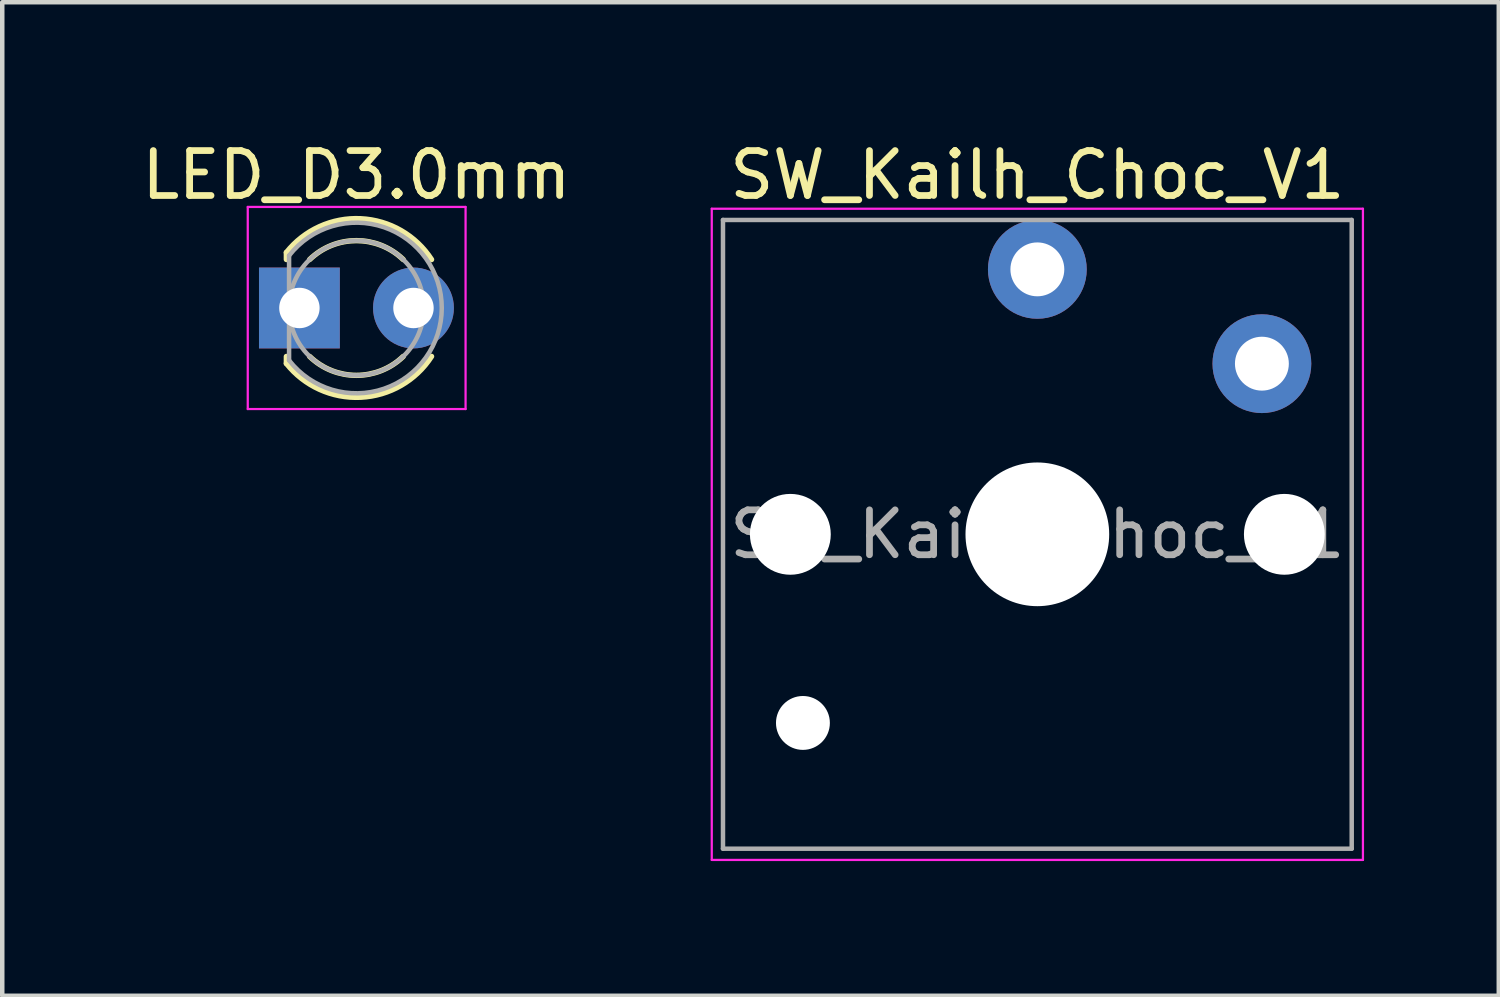
<source format=kicad_pcb>
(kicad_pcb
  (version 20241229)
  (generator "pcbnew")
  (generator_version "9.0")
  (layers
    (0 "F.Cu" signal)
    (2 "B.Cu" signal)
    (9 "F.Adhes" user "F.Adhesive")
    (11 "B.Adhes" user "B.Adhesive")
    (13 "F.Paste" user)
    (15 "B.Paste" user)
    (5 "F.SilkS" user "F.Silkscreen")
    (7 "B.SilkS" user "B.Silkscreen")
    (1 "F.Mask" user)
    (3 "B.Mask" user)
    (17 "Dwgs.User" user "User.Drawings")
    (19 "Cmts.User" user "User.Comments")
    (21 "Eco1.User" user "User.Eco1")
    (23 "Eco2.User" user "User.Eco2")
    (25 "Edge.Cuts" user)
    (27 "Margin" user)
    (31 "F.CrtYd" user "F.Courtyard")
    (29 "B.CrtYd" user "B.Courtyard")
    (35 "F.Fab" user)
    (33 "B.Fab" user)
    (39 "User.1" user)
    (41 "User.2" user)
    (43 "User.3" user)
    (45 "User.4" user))
  (footprint "SW_Kailh_Choc_V1"
    (layer "F.Cu")
    (at 20.049 8.848)
    (property "Reference" "SW_Kailh_Choc_V1" (at 0 -8 0) (layer "F.SilkS") (effects (font (size 1 1) (thickness 0.15))))
    (attr through_hole)
    (fp_line (start -7.25 -7.25) (end -7.25 7.25) (stroke (width 0.05) (type solid)) (layer "F.CrtYd"))
    (fp_line (start -7.25 7.25) (end 7.25 7.25) (stroke (width 0.05) (type solid)) (layer "F.CrtYd"))
    (fp_line (start 7.25 -7.25) (end -7.25 -7.25) (stroke (width 0.05) (type solid)) (layer "F.CrtYd"))
    (fp_line (start 7.25 7.25) (end 7.25 -7.25) (stroke (width 0.05) (type solid)) (layer "F.CrtYd"))
    (fp_line (start -7 -7) (end -7 7) (stroke (width 0.1) (type solid)) (layer "F.Fab"))
    (fp_line (start -7 7) (end 7 7) (stroke (width 0.1) (type solid)) (layer "F.Fab"))
    (fp_line (start 7 -7) (end -7 -7) (stroke (width 0.1) (type solid)) (layer "F.Fab"))
    (fp_line (start 7 7) (end 7 -7) (stroke (width 0.1) (type solid)) (layer "F.Fab"))
    (fp_text user "${REFERENCE}" (at 0 0 0) (layer "F.Fab") (effects (font (size 1 1) (thickness 0.15))))
    (pad "" np_thru_hole circle (at -5.5 0) (size 1.8 1.8) (drill 1.8) (layers "*.Cu" "*.Mask"))
    (pad "" np_thru_hole circle (at -5.22 4.2) (size 1.2 1.2) (drill 1.2) (layers "*.Cu" "*.Mask"))
    (pad "" np_thru_hole circle (at 0 0) (size 3.2 3.2) (drill 3.2) (layers "*.Cu" "*.Mask"))
    (pad "" np_thru_hole circle (at 5.5 0) (size 1.8 1.8) (drill 1.8) (layers "*.Cu" "*.Mask"))
    (pad "1" thru_hole circle (at 0 -5.9) (size 2.2 2.2) (drill 1.2) (layers "*.Cu" "B.Mask"))
    (pad "2" thru_hole circle (at 5 -3.8) (size 2.2 2.2) (drill 1.2) (layers "*.Cu" "B.Mask")))
  (footprint "LED_D3.0mm"
    (layer "F.Cu")
    (at 3.617 3.808)
    (property "Reference" "LED_D3.0mm" (at 1.27 -2.96 0) (layer "F.SilkS") (effects (font (size 1 1) (thickness 0.15))))
    (attr through_hole)
    (fp_line (start -0.29 -1.236) (end -0.29 -1.08) (stroke (width 0.12) (type solid)) (layer "F.SilkS"))
    (fp_line (start -0.29 1.08) (end -0.29 1.236) (stroke (width 0.12) (type solid)) (layer "F.SilkS"))
    (fp_arc (start -0.29 -1.235516) (mid 1.366487 -1.987659) (end 2.942335 -1.078608) (stroke (width 0.12) (type solid)) (layer "F.SilkS"))
    (fp_arc (start 0.229039 -1.08) (mid 1.270117 -1.5) (end 2.31113 -1.079837) (stroke (width 0.12) (type solid)) (layer "F.SilkS"))
    (fp_arc (start 2.31113 1.079837) (mid 1.270117 1.5) (end 0.229039 1.08) (stroke (width 0.12) (type solid)) (layer "F.SilkS"))
    (fp_arc (start 2.942335 1.078608) (mid 1.366487 1.987659) (end -0.29 1.235516) (stroke (width 0.12) (type solid)) (layer "F.SilkS"))
    (fp_line (start -1.15 -2.25) (end -1.15 2.25) (stroke (width 0.05) (type solid)) (layer "F.CrtYd"))
    (fp_line (start -1.15 2.25) (end 3.7 2.25) (stroke (width 0.05) (type solid)) (layer "F.CrtYd"))
    (fp_line (start 3.7 -2.25) (end -1.15 -2.25) (stroke (width 0.05) (type solid)) (layer "F.CrtYd"))
    (fp_line (start 3.7 2.25) (end 3.7 -2.25) (stroke (width 0.05) (type solid)) (layer "F.CrtYd"))
    (fp_line (start -0.23 -1.166) (end -0.23 1.166) (stroke (width 0.1) (type solid)) (layer "F.Fab"))
    (fp_arc (start -0.23 -1.16619) (mid 3.17 0.000452) (end -0.230555 1.165476) (stroke (width 0.1) (type solid)) (layer "F.Fab"))
    (fp_circle (center 1.27 0) (end 2.77 0) (stroke (width 0.1) (type solid)) (fill no) (layer "F.Fab"))
    (pad "1" thru_hole rect (at 0 0) (size 1.8 1.8) (drill 0.9) (layers "*.Cu" "*.Mask"))
    (pad "2" thru_hole circle (at 2.54 0) (size 1.8 1.8) (drill 0.9) (layers "*.Cu" "*.Mask")))
  (gr_rect
    (start -3 -3)
    (end 30.324 19.123)
    (stroke (width 0.1) (type default))
    (fill no)
    (layer "Edge.Cuts")))
</source>
